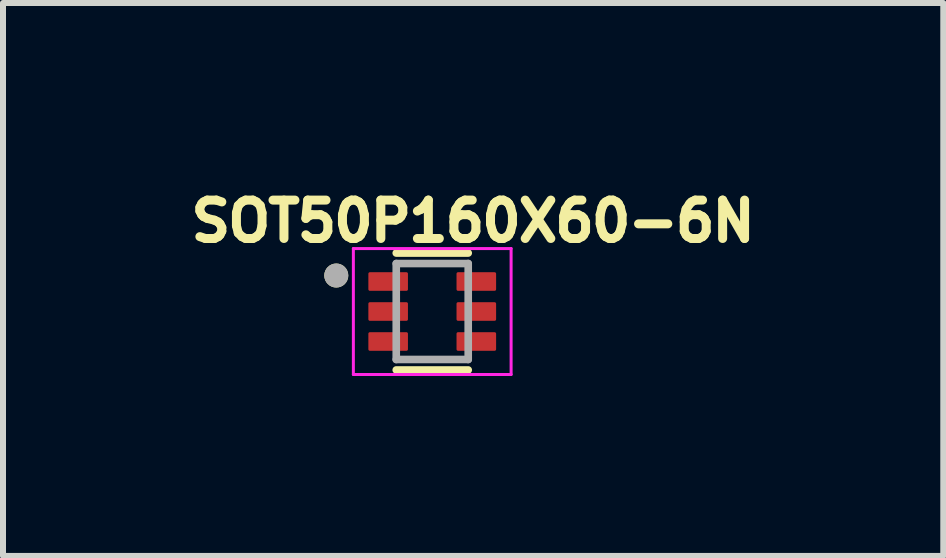
<source format=kicad_pcb>
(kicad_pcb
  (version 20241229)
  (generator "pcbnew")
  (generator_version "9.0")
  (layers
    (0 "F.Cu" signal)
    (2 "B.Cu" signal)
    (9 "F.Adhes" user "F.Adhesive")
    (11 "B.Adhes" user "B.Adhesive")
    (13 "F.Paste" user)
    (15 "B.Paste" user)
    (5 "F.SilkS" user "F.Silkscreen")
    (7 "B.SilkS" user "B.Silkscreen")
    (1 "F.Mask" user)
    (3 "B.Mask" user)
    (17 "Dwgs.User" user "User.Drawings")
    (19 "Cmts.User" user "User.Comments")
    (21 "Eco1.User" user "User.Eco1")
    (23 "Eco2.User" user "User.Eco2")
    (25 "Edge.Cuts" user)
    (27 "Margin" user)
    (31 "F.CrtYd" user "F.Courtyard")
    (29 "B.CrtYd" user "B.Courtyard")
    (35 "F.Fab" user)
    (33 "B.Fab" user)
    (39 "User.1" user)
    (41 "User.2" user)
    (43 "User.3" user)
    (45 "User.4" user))
  (footprint "SOT50P160X60-6N"
    (layer "F.Cu")
    (at 4.157 2.144)
    (property "Reference" "SOT50P160X60-6N" (at 0.682 -1.506 0) (layer "F.SilkS") (effects (font (size 0.64 0.64) (thickness 0.15))))
    (attr smd)
    (fp_line (start -0.6 -0.975) (end 0.6 -0.975) (stroke (width 0.127) (type solid)) (layer "F.SilkS"))
    (fp_line (start -0.6 0.975) (end 0.6 0.975) (stroke (width 0.127) (type solid)) (layer "F.SilkS"))
    (fp_circle (center -1.6 -0.6) (end -1.5 -0.6) (stroke (width 0.2) (type solid)) (fill no) (layer "F.SilkS"))
    (fp_line (start -1.315 -1.05) (end 1.315 -1.05) (stroke (width 0.05) (type solid)) (layer "F.CrtYd"))
    (fp_line (start -1.315 1.05) (end -1.315 -1.05) (stroke (width 0.05) (type solid)) (layer "F.CrtYd"))
    (fp_line (start 1.315 -1.05) (end 1.315 1.05) (stroke (width 0.05) (type solid)) (layer "F.CrtYd"))
    (fp_line (start 1.315 1.05) (end -1.315 1.05) (stroke (width 0.05) (type solid)) (layer "F.CrtYd"))
    (fp_line (start -0.6 -0.8) (end 0.6 -0.8) (stroke (width 0.127) (type solid)) (layer "F.Fab"))
    (fp_line (start -0.6 0.8) (end -0.6 -0.8) (stroke (width 0.127) (type solid)) (layer "F.Fab"))
    (fp_line (start 0.6 -0.8) (end 0.6 0.8) (stroke (width 0.127) (type solid)) (layer "F.Fab"))
    (fp_line (start 0.6 0.8) (end -0.6 0.8) (stroke (width 0.127) (type solid)) (layer "F.Fab"))
    (fp_circle (center -1.6 -0.6) (end -1.5 -0.6) (stroke (width 0.2) (type solid)) (fill no) (layer "F.Fab"))
    (pad "1" smd roundrect (at -0.735 -0.5) (size 0.66 0.31) (layers "F.Cu" "F.Mask" "F.Paste") (roundrect_rratio 0.08))
    (pad "2" smd roundrect (at -0.735 0) (size 0.66 0.31) (layers "F.Cu" "F.Mask" "F.Paste") (roundrect_rratio 0.08))
    (pad "3" smd roundrect (at -0.735 0.5) (size 0.66 0.31) (layers "F.Cu" "F.Mask" "F.Paste") (roundrect_rratio 0.08))
    (pad "4" smd roundrect (at 0.735 0.5) (size 0.66 0.31) (layers "F.Cu" "F.Mask" "F.Paste") (roundrect_rratio 0.08))
    (pad "5" smd roundrect (at 0.735 0) (size 0.66 0.31) (layers "F.Cu" "F.Mask" "F.Paste") (roundrect_rratio 0.08))
    (pad "6" smd roundrect (at 0.735 -0.5) (size 0.66 0.31) (layers "F.Cu" "F.Mask" "F.Paste") (roundrect_rratio 0.08)))
  (gr_rect
    (start -3 -3)
    (end 12.678 6.219)
    (stroke (width 0.1) (type default))
    (fill no)
    (layer "Edge.Cuts")))
</source>
